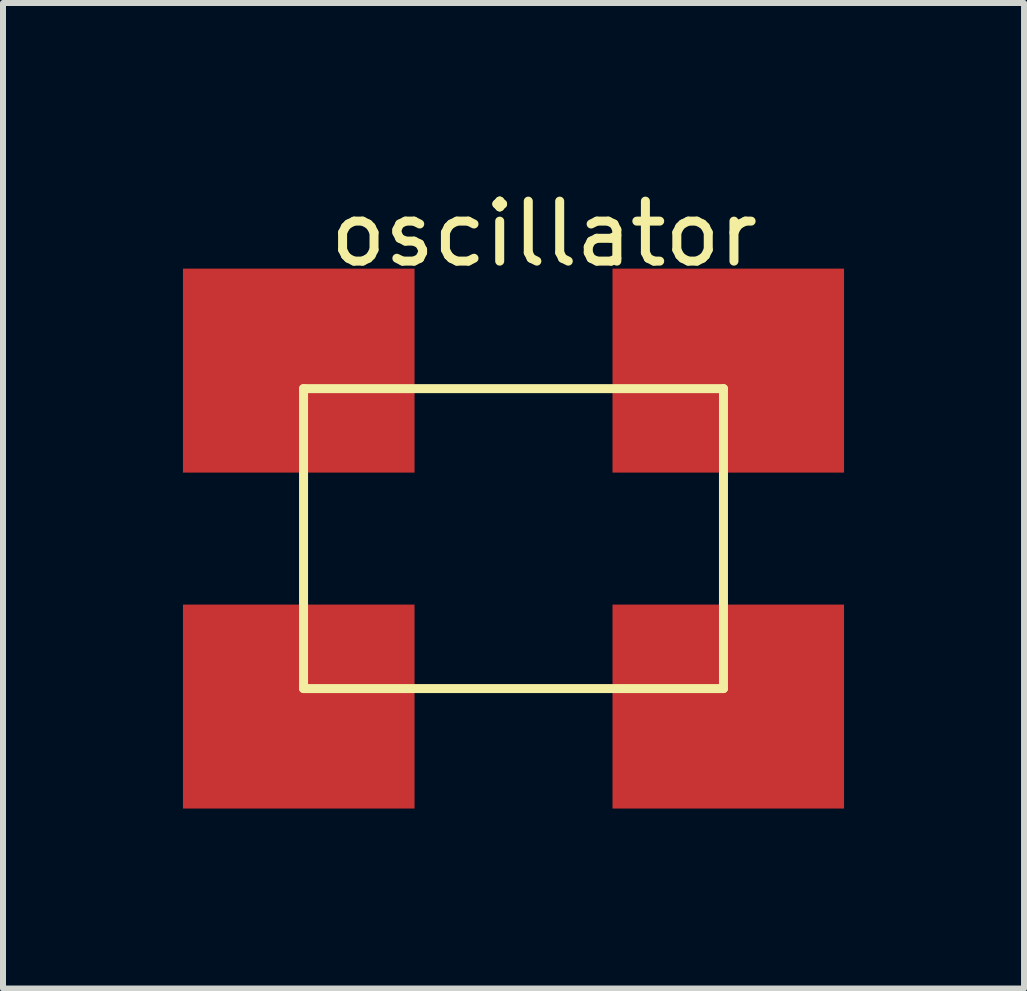
<source format=kicad_pcb>
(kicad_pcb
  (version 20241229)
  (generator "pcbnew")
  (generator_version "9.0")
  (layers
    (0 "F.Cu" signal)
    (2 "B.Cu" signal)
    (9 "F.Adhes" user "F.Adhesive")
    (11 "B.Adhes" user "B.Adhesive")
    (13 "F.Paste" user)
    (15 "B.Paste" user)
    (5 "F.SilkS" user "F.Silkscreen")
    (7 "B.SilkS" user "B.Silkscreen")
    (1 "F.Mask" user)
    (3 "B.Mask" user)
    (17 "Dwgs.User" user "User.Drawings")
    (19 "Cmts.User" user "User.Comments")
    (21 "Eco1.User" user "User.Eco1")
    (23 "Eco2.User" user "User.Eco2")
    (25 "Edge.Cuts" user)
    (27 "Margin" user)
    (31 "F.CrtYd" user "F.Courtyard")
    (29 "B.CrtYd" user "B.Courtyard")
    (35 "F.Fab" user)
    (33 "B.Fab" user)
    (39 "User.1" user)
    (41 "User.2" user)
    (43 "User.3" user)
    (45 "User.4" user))
  (footprint "oscillator"
    (layer "F.Cu")
    (at 5.51 5.928)
    (property "Reference" "oscillator" (at 0.508 -5.08 0) (layer "F.SilkS") (effects (font (size 1 1) (thickness 0.15))))
    (attr through_hole)
    (fp_line (start -3.5 -2.5) (end 3.5 -2.5) (stroke (width 0.15) (type solid)) (layer "F.SilkS"))
    (fp_line (start -3.5 2.5) (end -3.5 -2.5) (stroke (width 0.15) (type solid)) (layer "F.SilkS"))
    (fp_line (start 3.5 -2.5) (end 3.5 2.5) (stroke (width 0.15) (type solid)) (layer "F.SilkS"))
    (fp_line (start 3.5 2.5) (end -3.5 2.5) (stroke (width 0.15) (type solid)) (layer "F.SilkS"))
    (pad "1" smd rect (at -3.58 2.8) (size 3.86 3.4) (layers "F.Cu" "F.Mask" "F.Paste"))
    (pad "2" smd rect (at 3.58 2.8) (size 3.86 3.4) (layers "F.Cu" "F.Mask" "F.Paste"))
    (pad "3" smd rect (at 3.58 -2.8) (size 3.86 3.4) (layers "F.Cu" "F.Mask" "F.Paste"))
    (pad "4" smd rect (at -3.58 -2.8) (size 3.86 3.4) (layers "F.Cu" "F.Mask" "F.Paste")))
  (gr_rect
    (start -3 -3)
    (end 14.02 13.428)
    (stroke (width 0.1) (type default))
    (fill no)
    (layer "Edge.Cuts")))
</source>
